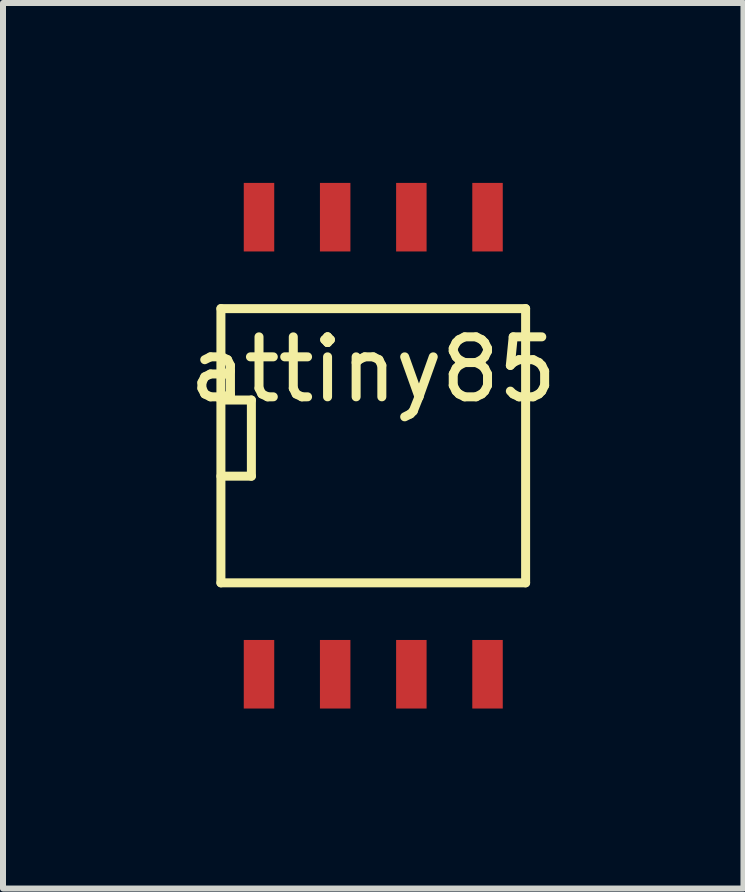
<source format=kicad_pcb>
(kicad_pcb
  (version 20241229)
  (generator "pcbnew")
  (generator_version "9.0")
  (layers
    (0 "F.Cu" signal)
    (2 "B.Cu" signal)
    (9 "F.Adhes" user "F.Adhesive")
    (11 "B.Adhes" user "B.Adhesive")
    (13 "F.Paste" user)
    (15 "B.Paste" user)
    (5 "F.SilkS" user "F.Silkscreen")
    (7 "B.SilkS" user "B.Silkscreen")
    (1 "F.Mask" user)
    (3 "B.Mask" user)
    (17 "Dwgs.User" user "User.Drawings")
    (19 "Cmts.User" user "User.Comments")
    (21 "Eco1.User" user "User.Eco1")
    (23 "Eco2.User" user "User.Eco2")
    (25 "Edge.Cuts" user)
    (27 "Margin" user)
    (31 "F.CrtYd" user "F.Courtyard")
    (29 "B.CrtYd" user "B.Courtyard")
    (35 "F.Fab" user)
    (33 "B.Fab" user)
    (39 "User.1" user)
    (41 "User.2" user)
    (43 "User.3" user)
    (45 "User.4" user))
  (footprint "attiny85"
    (layer "F.Cu")
    (at 3.173 5.016)
    (property "Reference" "attiny85" (at 0 -1.905 0) (layer "F.SilkS") (effects (font (size 1 1) (thickness 0.15))))
    (attr smd)
    (fp_line (start -2.54 -2.921) (end 2.54 -2.921) (stroke (width 0.15) (type solid)) (layer "F.SilkS"))
    (fp_line (start -2.54 -1.397) (end -2.032 -1.397) (stroke (width 0.15) (type solid)) (layer "F.SilkS"))
    (fp_line (start -2.54 1.651) (end -2.54 -2.921) (stroke (width 0.15) (type solid)) (layer "F.SilkS"))
    (fp_line (start -2.032 -1.397) (end -2.032 -0.127) (stroke (width 0.15) (type solid)) (layer "F.SilkS"))
    (fp_line (start -2.032 -0.127) (end -2.54 -0.127) (stroke (width 0.15) (type solid)) (layer "F.SilkS"))
    (fp_line (start 2.54 -2.921) (end 2.54 1.651) (stroke (width 0.15) (type solid)) (layer "F.SilkS"))
    (fp_line (start 2.54 1.651) (end -2.54 1.651) (stroke (width 0.15) (type solid)) (layer "F.SilkS"))
    (pad "1" smd rect (at -1.905 3.175) (size 0.508 1.143) (layers "F.Cu" "F.Mask" "F.Paste"))
    (pad "2" smd rect (at -0.635 3.175) (size 0.508 1.143) (layers "F.Cu" "F.Mask" "F.Paste"))
    (pad "3" smd rect (at 0.635 3.175) (size 0.508 1.143) (layers "F.Cu" "F.Mask" "F.Paste"))
    (pad "4" smd rect (at 1.905 3.175) (size 0.508 1.143) (layers "F.Cu" "F.Mask" "F.Paste"))
    (pad "5" smd rect (at 1.905 -4.445) (size 0.508 1.143) (layers "F.Cu" "F.Mask" "F.Paste"))
    (pad "6" smd rect (at 0.635 -4.445) (size 0.508 1.143) (layers "F.Cu" "F.Mask" "F.Paste"))
    (pad "7" smd rect (at -0.635 -4.445) (size 0.508 1.143) (layers "F.Cu" "F.Mask" "F.Paste"))
    (pad "8" smd rect (at -1.905 -4.445) (size 0.508 1.143) (layers "F.Cu" "F.Mask" "F.Paste")))
  (gr_rect
    (start -3 -3)
    (end 9.345 11.763)
    (stroke (width 0.1) (type default))
    (fill no)
    (layer "Edge.Cuts")))
</source>
